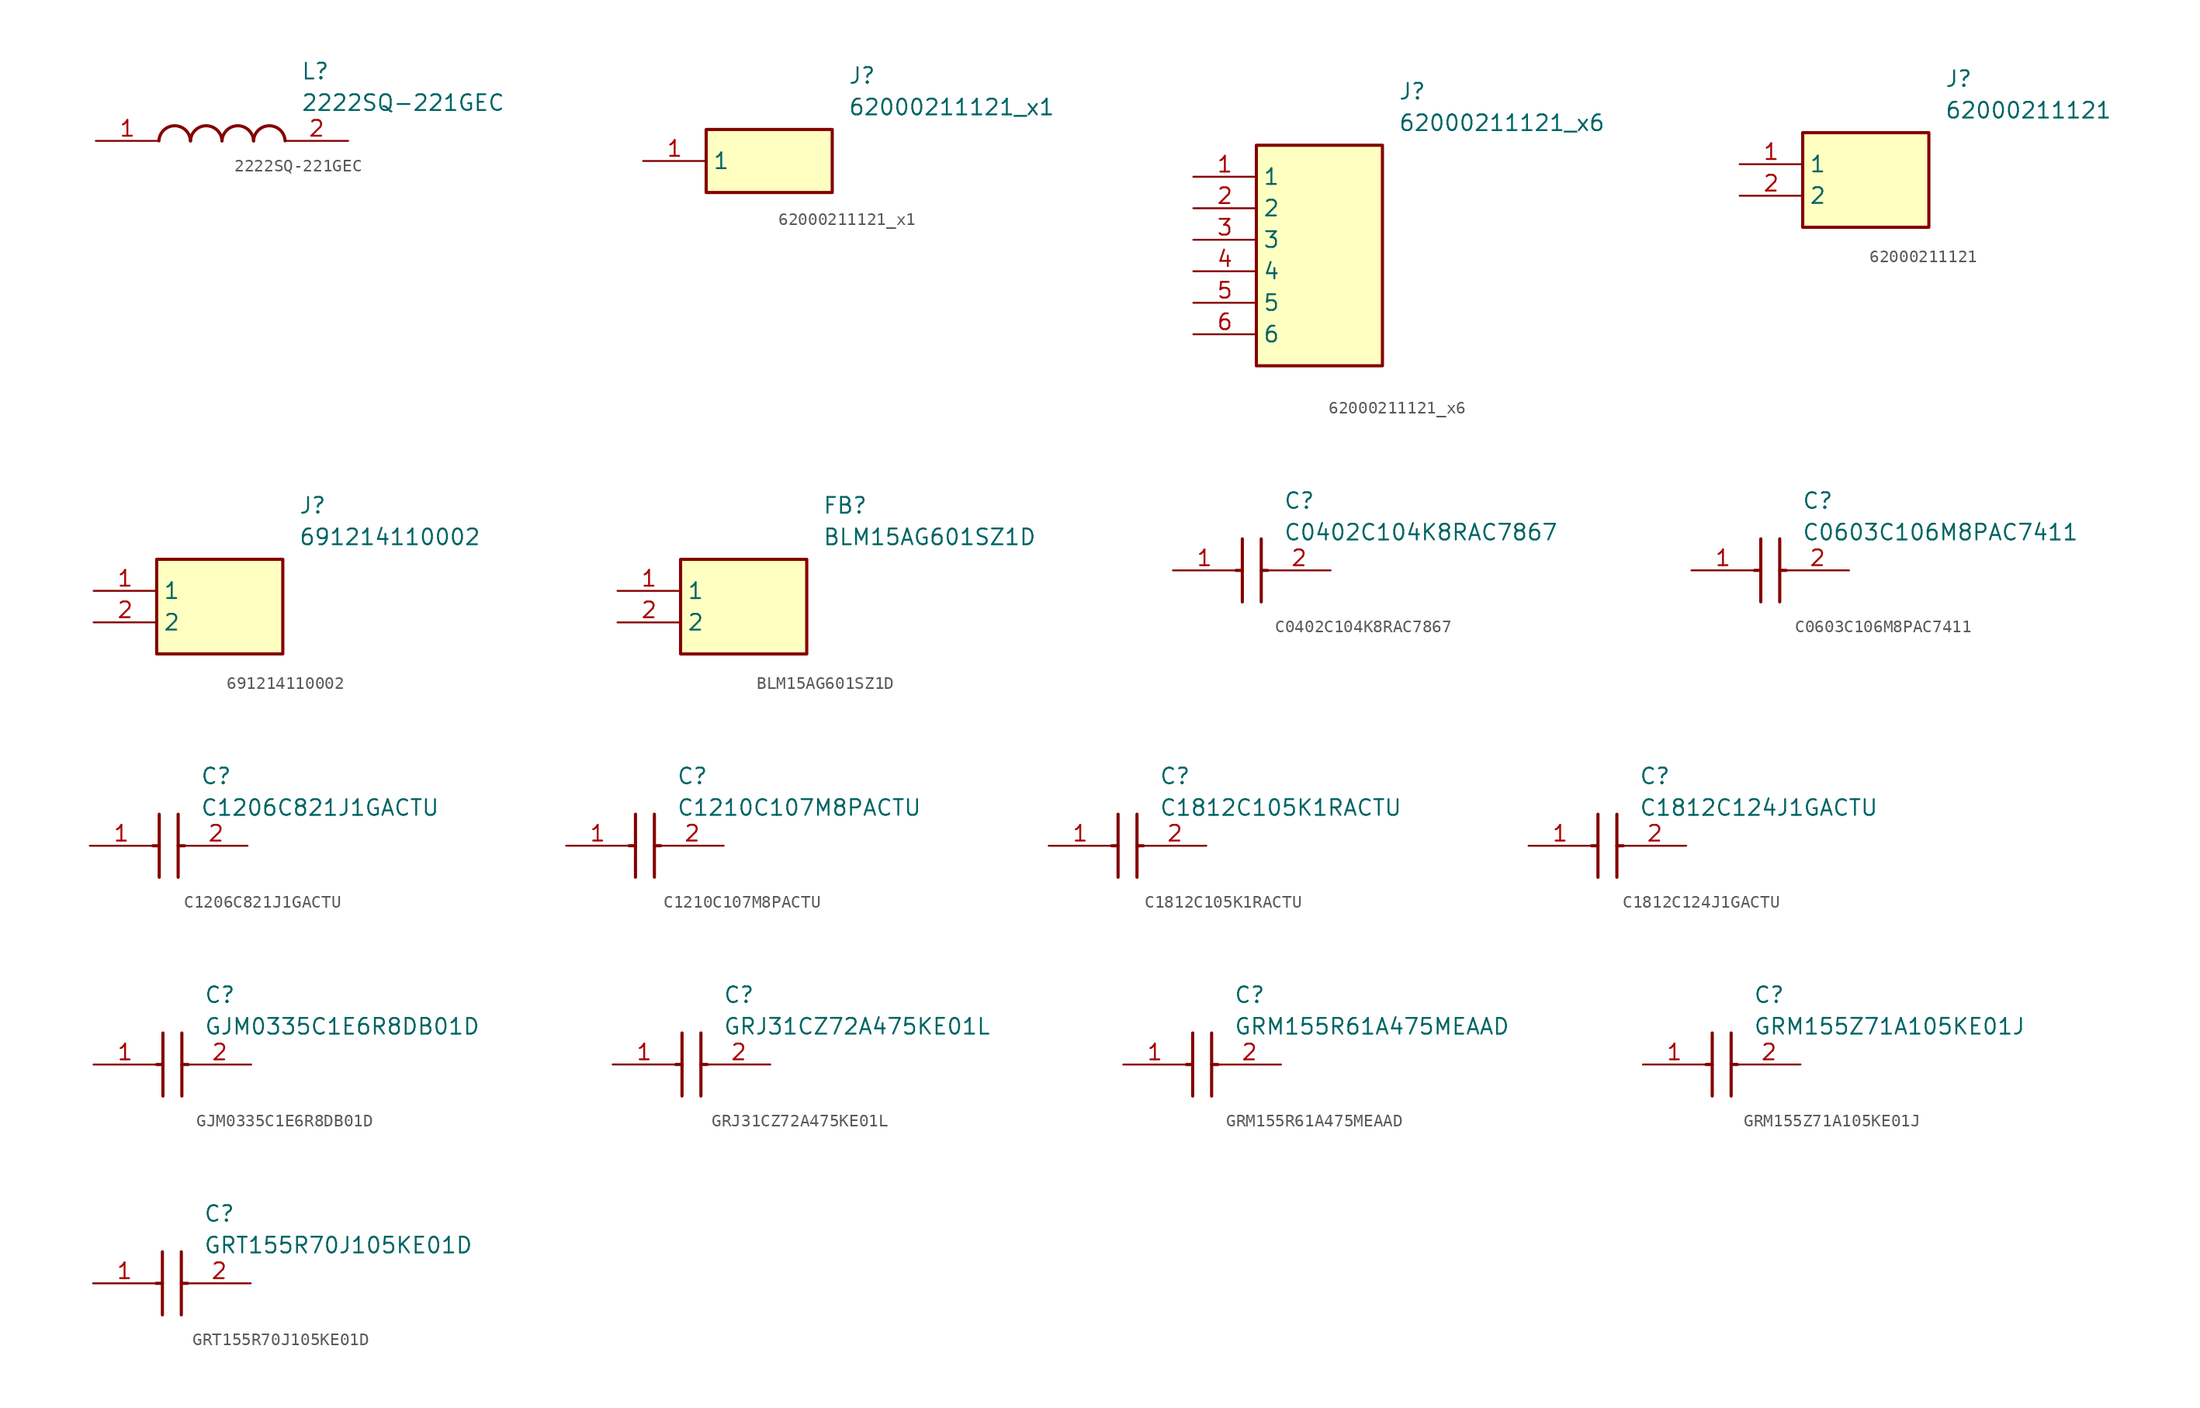
<source format=kicad_sym>
(kicad_symbol_lib
  (version 20220914)
  (generator kicad_symbol_editor)
  (symbol "2222SQ-221GEC"
    (pin_names hide)
    (property "Reference" "L"
      (at 16.51 6.35 0)
      (effects (font (size 1.27 1.27)) (justify left top)))
    (property "Value" "2222SQ-221GEC"
      (at 16.51 3.81 0)
      (effects (font (size 1.27 1.27)) (justify left top)))
    (arc
      (start 7.62 0)
      (mid 6.35 1.219)
      (end 5.08 0)
      (stroke (width 0.254) (type default))
      (fill (type none)))
    (arc
      (start 10.16 0)
      (mid 8.89 1.219)
      (end 7.62 0)
      (stroke (width 0.254) (type default))
      (fill (type none)))
    (arc
      (start 12.7 0)
      (mid 11.43 1.219)
      (end 10.16 0)
      (stroke (width 0.254) (type default))
      (fill (type none)))
    (arc
      (start 15.24 0)
      (mid 13.97 1.219)
      (end 12.7 0)
      (stroke (width 0.254) (type default))
      (fill (type none)))
    (pin passive line
      (at 0 0 0)
      (length 5.08)
      (name "1" (effects (font (size 1.27 1.27))))
      (number "1" (effects (font (size 1.27 1.27)))))
    (pin passive line
      (at 20.32 0 180)
      (length 5.08)
      (name "2" (effects (font (size 1.27 1.27))))
      (number "2" (effects (font (size 1.27 1.27))))))
  (symbol "62000211121_x1"
    (property "Reference" "J"
      (at 16.51 7.62 0)
      (effects (font (size 1.27 1.27)) (justify left top)))
    (property "Value" "62000211121_x1"
      (at 16.51 5.08 0)
      (effects (font (size 1.27 1.27)) (justify left top)))
    (symbol "62000211121_x1_1_1"
      (rectangle (start 5.08 2.54) (end 15.24 -2.54) (stroke (width 0.254) (type default)) (fill (type background)))
      (pin passive line (at 0 0 0) (length 5.08) (name "1" (effects (font (size 1.27 1.27)))) (number "1" (effects (font (size 1.27 1.27)))))))
  (symbol "62000211121_x6"
    (property "Reference" "J"
      (at 16.51 7.62 0)
      (effects (font (size 1.27 1.27)) (justify left top)))
    (property "Value" "62000211121_x6"
      (at 16.51 5.08 0)
      (effects (font (size 1.27 1.27)) (justify left top)))
    (symbol "62000211121_x6_1_1"
      (rectangle (start 5.08 2.54) (end 15.24 -15.24) (stroke (width 0.254) (type default)) (fill (type background)))
      (pin passive line (at 0 0 0) (length 5.08) (name "1" (effects (font (size 1.27 1.27)))) (number "1" (effects (font (size 1.27 1.27)))))
      (pin passive line (at 0 -2.54 0) (length 5.08) (name "2" (effects (font (size 1.27 1.27)))) (number "2" (effects (font (size 1.27 1.27)))))
      (pin passive line (at 0 -5.08 0) (length 5.08) (name "3" (effects (font (size 1.27 1.27)))) (number "3" (effects (font (size 1.27 1.27)))))
      (pin passive line (at 0 -7.62 0) (length 5.08) (name "4" (effects (font (size 1.27 1.27)))) (number "4" (effects (font (size 1.27 1.27)))))
      (pin passive line (at 0 -10.16 0) (length 5.08) (name "5" (effects (font (size 1.27 1.27)))) (number "5" (effects (font (size 1.27 1.27)))))
      (pin passive line (at 0 -12.7 0) (length 5.08) (name "6" (effects (font (size 1.27 1.27)))) (number "6" (effects (font (size 1.27 1.27)))))))
  (symbol "62000211121"
    (property "Reference" "J"
      (at 16.51 7.62 0)
      (effects (font (size 1.27 1.27)) (justify left top)))
    (property "Value" "62000211121"
      (at 16.51 5.08 0)
      (effects (font (size 1.27 1.27)) (justify left top)))
    (symbol "62000211121_1_1"
      (rectangle (start 5.08 2.54) (end 15.24 -5.08) (stroke (width 0.254) (type default)) (fill (type background)))
      (pin passive line (at 0 0 0) (length 5.08) (name "1" (effects (font (size 1.27 1.27)))) (number "1" (effects (font (size 1.27 1.27)))))
      (pin passive line (at 0 -2.54 0) (length 5.08) (name "2" (effects (font (size 1.27 1.27)))) (number "2" (effects (font (size 1.27 1.27)))))))
  (symbol "691214110002"
    (property "Reference" "J"
      (at 16.51 7.62 0)
      (effects (font (size 1.27 1.27)) (justify left top)))
    (property "Value" "691214110002"
      (at 16.51 5.08 0)
      (effects (font (size 1.27 1.27)) (justify left top)))
    (symbol "691214110002_1_1"
      (rectangle (start 5.08 2.54) (end 15.24 -5.08) (stroke (width 0.254) (type default)) (fill (type background)))
      (pin passive line (at 0 0 0) (length 5.08) (name "1" (effects (font (size 1.27 1.27)))) (number "1" (effects (font (size 1.27 1.27)))))
      (pin passive line (at 0 -2.54 0) (length 5.08) (name "2" (effects (font (size 1.27 1.27)))) (number "2" (effects (font (size 1.27 1.27)))))))
  (symbol "BLM15AG601SZ1D"
    (property "Reference" "FB"
      (at 16.51 7.62 0)
      (effects (font (size 1.27 1.27)) (justify left top)))
    (property "Value" "BLM15AG601SZ1D"
      (at 16.51 5.08 0)
      (effects (font (size 1.27 1.27)) (justify left top)))
    (symbol "BLM15AG601SZ1D_1_1"
      (rectangle (start 5.08 2.54) (end 15.24 -5.08) (stroke (width 0.254) (type default)) (fill (type background)))
      (pin passive line (at 0 0 0) (length 5.08) (name "1" (effects (font (size 1.27 1.27)))) (number "1" (effects (font (size 1.27 1.27)))))
      (pin passive line (at 0 -2.54 0) (length 5.08) (name "2" (effects (font (size 1.27 1.27)))) (number "2" (effects (font (size 1.27 1.27)))))))
  (symbol "C0402C104K8RAC7867"
    (pin_names hide)
    (property "Reference" "C"
      (at 8.89 6.35 0)
      (effects (font (size 1.27 1.27)) (justify left top)))
    (property "Value" "C0402C104K8RAC7867"
      (at 8.89 3.81 0)
      (effects (font (size 1.27 1.27)) (justify left top)))
    (symbol "C0402C104K8RAC7867_1_1"
      (polyline (pts (xy 5.08 0) (xy 5.588 0)) (stroke (width 0.254) (type default)) (fill (type none)))
      (polyline (pts (xy 5.588 2.54) (xy 5.588 -2.54)) (stroke (width 0.254) (type default)) (fill (type none)))
      (polyline (pts (xy 7.112 0) (xy 7.62 0)) (stroke (width 0.254) (type default)) (fill (type none)))
      (polyline (pts (xy 7.112 2.54) (xy 7.112 -2.54)) (stroke (width 0.254) (type default)) (fill (type none)))
      (pin passive line (at 0 0 0) (length 5.08) (name "1" (effects (font (size 1.27 1.27)))) (number "1" (effects (font (size 1.27 1.27)))))
      (pin passive line (at 12.7 0 180) (length 5.08) (name "2" (effects (font (size 1.27 1.27)))) (number "2" (effects (font (size 1.27 1.27)))))))
  (symbol "C0603C106M8PAC7411"
    (pin_names hide)
    (property "Reference" "C"
      (at 8.89 6.35 0)
      (effects (font (size 1.27 1.27)) (justify left top)))
    (property "Value" "C0603C106M8PAC7411"
      (at 8.89 3.81 0)
      (effects (font (size 1.27 1.27)) (justify left top)))
    (symbol "C0603C106M8PAC7411_1_1"
      (polyline (pts (xy 5.08 0) (xy 5.588 0)) (stroke (width 0.254) (type default)) (fill (type none)))
      (polyline (pts (xy 5.588 2.54) (xy 5.588 -2.54)) (stroke (width 0.254) (type default)) (fill (type none)))
      (polyline (pts (xy 7.112 0) (xy 7.62 0)) (stroke (width 0.254) (type default)) (fill (type none)))
      (polyline (pts (xy 7.112 2.54) (xy 7.112 -2.54)) (stroke (width 0.254) (type default)) (fill (type none)))
      (pin passive line (at 0 0 0) (length 5.08) (name "1" (effects (font (size 1.27 1.27)))) (number "1" (effects (font (size 1.27 1.27)))))
      (pin passive line (at 12.7 0 180) (length 5.08) (name "2" (effects (font (size 1.27 1.27)))) (number "2" (effects (font (size 1.27 1.27)))))))
  (symbol "C1206C821J1GACTU"
    (pin_names hide)
    (property "Reference" "C"
      (at 8.89 6.35 0)
      (effects (font (size 1.27 1.27)) (justify left top)))
    (property "Value" "C1206C821J1GACTU"
      (at 8.89 3.81 0)
      (effects (font (size 1.27 1.27)) (justify left top)))
    (symbol "C1206C821J1GACTU_1_1"
      (polyline (pts (xy 5.08 0) (xy 5.588 0)) (stroke (width 0.254) (type default)) (fill (type none)))
      (polyline (pts (xy 5.588 2.54) (xy 5.588 -2.54)) (stroke (width 0.254) (type default)) (fill (type none)))
      (polyline (pts (xy 7.112 0) (xy 7.62 0)) (stroke (width 0.254) (type default)) (fill (type none)))
      (polyline (pts (xy 7.112 2.54) (xy 7.112 -2.54)) (stroke (width 0.254) (type default)) (fill (type none)))
      (pin passive line (at 0 0 0) (length 5.08) (name "1" (effects (font (size 1.27 1.27)))) (number "1" (effects (font (size 1.27 1.27)))))
      (pin passive line (at 12.7 0 180) (length 5.08) (name "2" (effects (font (size 1.27 1.27)))) (number "2" (effects (font (size 1.27 1.27)))))))
  (symbol "C1210C107M8PACTU"
    (pin_names hide)
    (property "Reference" "C"
      (at 8.89 6.35 0)
      (effects (font (size 1.27 1.27)) (justify left top)))
    (property "Value" "C1210C107M8PACTU"
      (at 8.89 3.81 0)
      (effects (font (size 1.27 1.27)) (justify left top)))
    (symbol "C1210C107M8PACTU_1_1"
      (polyline (pts (xy 5.08 0) (xy 5.588 0)) (stroke (width 0.254) (type default)) (fill (type none)))
      (polyline (pts (xy 5.588 2.54) (xy 5.588 -2.54)) (stroke (width 0.254) (type default)) (fill (type none)))
      (polyline (pts (xy 7.112 0) (xy 7.62 0)) (stroke (width 0.254) (type default)) (fill (type none)))
      (polyline (pts (xy 7.112 2.54) (xy 7.112 -2.54)) (stroke (width 0.254) (type default)) (fill (type none)))
      (pin passive line (at 0 0 0) (length 5.08) (name "1" (effects (font (size 1.27 1.27)))) (number "1" (effects (font (size 1.27 1.27)))))
      (pin passive line (at 12.7 0 180) (length 5.08) (name "2" (effects (font (size 1.27 1.27)))) (number "2" (effects (font (size 1.27 1.27)))))))
  (symbol "C1812C105K1RACTU"
    (pin_names hide)
    (property "Reference" "C"
      (at 8.89 6.35 0)
      (effects (font (size 1.27 1.27)) (justify left top)))
    (property "Value" "C1812C105K1RACTU"
      (at 8.89 3.81 0)
      (effects (font (size 1.27 1.27)) (justify left top)))
    (symbol "C1812C105K1RACTU_1_1"
      (polyline (pts (xy 5.08 0) (xy 5.588 0)) (stroke (width 0.254) (type default)) (fill (type none)))
      (polyline (pts (xy 5.588 2.54) (xy 5.588 -2.54)) (stroke (width 0.254) (type default)) (fill (type none)))
      (polyline (pts (xy 7.112 0) (xy 7.62 0)) (stroke (width 0.254) (type default)) (fill (type none)))
      (polyline (pts (xy 7.112 2.54) (xy 7.112 -2.54)) (stroke (width 0.254) (type default)) (fill (type none)))
      (pin passive line (at 0 0 0) (length 5.08) (name "1" (effects (font (size 1.27 1.27)))) (number "1" (effects (font (size 1.27 1.27)))))
      (pin passive line (at 12.7 0 180) (length 5.08) (name "2" (effects (font (size 1.27 1.27)))) (number "2" (effects (font (size 1.27 1.27)))))))
  (symbol "C1812C124J1GACTU"
    (pin_names hide)
    (property "Reference" "C"
      (at 8.89 6.35 0)
      (effects (font (size 1.27 1.27)) (justify left top)))
    (property "Value" "C1812C124J1GACTU"
      (at 8.89 3.81 0)
      (effects (font (size 1.27 1.27)) (justify left top)))
    (symbol "C1812C124J1GACTU_1_1"
      (polyline (pts (xy 5.08 0) (xy 5.588 0)) (stroke (width 0.254) (type default)) (fill (type none)))
      (polyline (pts (xy 5.588 2.54) (xy 5.588 -2.54)) (stroke (width 0.254) (type default)) (fill (type none)))
      (polyline (pts (xy 7.112 0) (xy 7.62 0)) (stroke (width 0.254) (type default)) (fill (type none)))
      (polyline (pts (xy 7.112 2.54) (xy 7.112 -2.54)) (stroke (width 0.254) (type default)) (fill (type none)))
      (pin passive line (at 0 0 0) (length 5.08) (name "1" (effects (font (size 1.27 1.27)))) (number "1" (effects (font (size 1.27 1.27)))))
      (pin passive line (at 12.7 0 180) (length 5.08) (name "2" (effects (font (size 1.27 1.27)))) (number "2" (effects (font (size 1.27 1.27)))))))
  (symbol "GJM0335C1E6R8DB01D"
    (pin_names hide)
    (property "Reference" "C"
      (at 8.89 6.35 0)
      (effects (font (size 1.27 1.27)) (justify left top)))
    (property "Value" "GJM0335C1E6R8DB01D"
      (at 8.89 3.81 0)
      (effects (font (size 1.27 1.27)) (justify left top)))
    (symbol "GJM0335C1E6R8DB01D_1_1"
      (polyline (pts (xy 5.08 0) (xy 5.588 0)) (stroke (width 0.254) (type default)) (fill (type none)))
      (polyline (pts (xy 5.588 2.54) (xy 5.588 -2.54)) (stroke (width 0.254) (type default)) (fill (type none)))
      (polyline (pts (xy 7.112 0) (xy 7.62 0)) (stroke (width 0.254) (type default)) (fill (type none)))
      (polyline (pts (xy 7.112 2.54) (xy 7.112 -2.54)) (stroke (width 0.254) (type default)) (fill (type none)))
      (pin passive line (at 0 0 0) (length 5.08) (name "1" (effects (font (size 1.27 1.27)))) (number "1" (effects (font (size 1.27 1.27)))))
      (pin passive line (at 12.7 0 180) (length 5.08) (name "2" (effects (font (size 1.27 1.27)))) (number "2" (effects (font (size 1.27 1.27)))))))
  (symbol "GRJ31CZ72A475KE01L"
    (pin_names hide)
    (property "Reference" "C"
      (at 8.89 6.35 0)
      (effects (font (size 1.27 1.27)) (justify left top)))
    (property "Value" "GRJ31CZ72A475KE01L"
      (at 8.89 3.81 0)
      (effects (font (size 1.27 1.27)) (justify left top)))
    (symbol "GRJ31CZ72A475KE01L_1_1"
      (polyline (pts (xy 5.08 0) (xy 5.588 0)) (stroke (width 0.254) (type default)) (fill (type none)))
      (polyline (pts (xy 5.588 2.54) (xy 5.588 -2.54)) (stroke (width 0.254) (type default)) (fill (type none)))
      (polyline (pts (xy 7.112 0) (xy 7.62 0)) (stroke (width 0.254) (type default)) (fill (type none)))
      (polyline (pts (xy 7.112 2.54) (xy 7.112 -2.54)) (stroke (width 0.254) (type default)) (fill (type none)))
      (pin passive line (at 0 0 0) (length 5.08) (name "1" (effects (font (size 1.27 1.27)))) (number "1" (effects (font (size 1.27 1.27)))))
      (pin passive line (at 12.7 0 180) (length 5.08) (name "2" (effects (font (size 1.27 1.27)))) (number "2" (effects (font (size 1.27 1.27)))))))
  (symbol "GRM155R61A475MEAAD"
    (pin_names hide)
    (property "Reference" "C"
      (at 8.89 6.35 0)
      (effects (font (size 1.27 1.27)) (justify left top)))
    (property "Value" "GRM155R61A475MEAAD"
      (at 8.89 3.81 0)
      (effects (font (size 1.27 1.27)) (justify left top)))
    (symbol "GRM155R61A475MEAAD_1_1"
      (polyline (pts (xy 5.08 0) (xy 5.588 0)) (stroke (width 0.254) (type default)) (fill (type none)))
      (polyline (pts (xy 5.588 2.54) (xy 5.588 -2.54)) (stroke (width 0.254) (type default)) (fill (type none)))
      (polyline (pts (xy 7.112 0) (xy 7.62 0)) (stroke (width 0.254) (type default)) (fill (type none)))
      (polyline (pts (xy 7.112 2.54) (xy 7.112 -2.54)) (stroke (width 0.254) (type default)) (fill (type none)))
      (pin passive line (at 0 0 0) (length 5.08) (name "1" (effects (font (size 1.27 1.27)))) (number "1" (effects (font (size 1.27 1.27)))))
      (pin passive line (at 12.7 0 180) (length 5.08) (name "2" (effects (font (size 1.27 1.27)))) (number "2" (effects (font (size 1.27 1.27)))))))
  (symbol "GRM155Z71A105KE01J"
    (pin_names hide)
    (property "Reference" "C"
      (at 8.89 6.35 0)
      (effects (font (size 1.27 1.27)) (justify left top)))
    (property "Value" "GRM155Z71A105KE01J"
      (at 8.89 3.81 0)
      (effects (font (size 1.27 1.27)) (justify left top)))
    (symbol "GRM155Z71A105KE01J_1_1"
      (polyline (pts (xy 5.08 0) (xy 5.588 0)) (stroke (width 0.254) (type default)) (fill (type none)))
      (polyline (pts (xy 5.588 2.54) (xy 5.588 -2.54)) (stroke (width 0.254) (type default)) (fill (type none)))
      (polyline (pts (xy 7.112 0) (xy 7.62 0)) (stroke (width 0.254) (type default)) (fill (type none)))
      (polyline (pts (xy 7.112 2.54) (xy 7.112 -2.54)) (stroke (width 0.254) (type default)) (fill (type none)))
      (pin passive line (at 0 0 0) (length 5.08) (name "1" (effects (font (size 1.27 1.27)))) (number "1" (effects (font (size 1.27 1.27)))))
      (pin passive line (at 12.7 0 180) (length 5.08) (name "2" (effects (font (size 1.27 1.27)))) (number "2" (effects (font (size 1.27 1.27)))))))
  (symbol "GRT155R70J105KE01D"
    (pin_names hide)
    (property "Reference" "C"
      (at 8.89 6.35 0)
      (effects (font (size 1.27 1.27)) (justify left top)))
    (property "Value" "GRT155R70J105KE01D"
      (at 8.89 3.81 0)
      (effects (font (size 1.27 1.27)) (justify left top)))
    (symbol "GRT155R70J105KE01D_1_1"
      (polyline (pts (xy 5.08 0) (xy 5.588 0)) (stroke (width 0.254) (type default)) (fill (type none)))
      (polyline (pts (xy 5.588 2.54) (xy 5.588 -2.54)) (stroke (width 0.254) (type default)) (fill (type none)))
      (polyline (pts (xy 7.112 0) (xy 7.62 0)) (stroke (width 0.254) (type default)) (fill (type none)))
      (polyline (pts (xy 7.112 2.54) (xy 7.112 -2.54)) (stroke (width 0.254) (type default)) (fill (type none)))
      (pin passive line (at 0 0 0) (length 5.08) (name "1" (effects (font (size 1.27 1.27)))) (number "1" (effects (font (size 1.27 1.27)))))
      (pin passive line (at 12.7 0 180) (length 5.08) (name "2" (effects (font (size 1.27 1.27)))) (number "2" (effects (font (size 1.27 1.27))))))))
</source>
